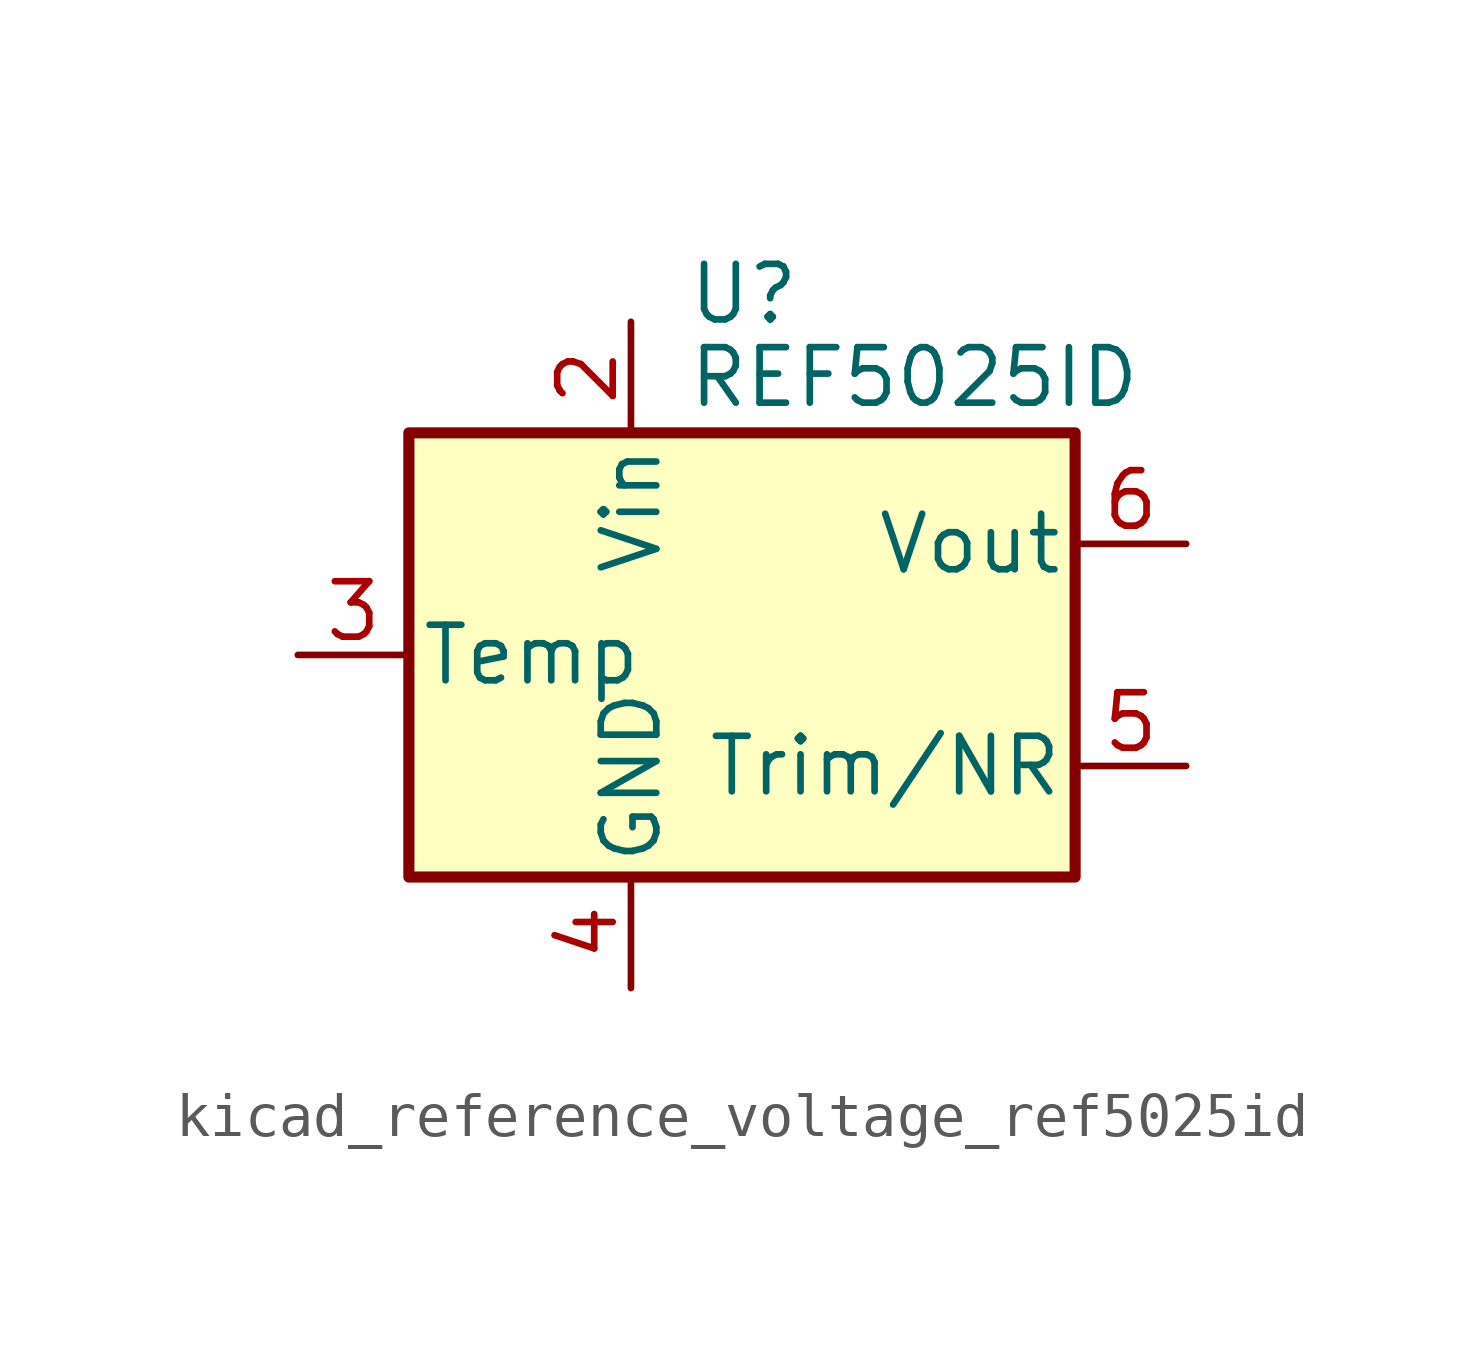
<source format=kicad_sym>
(kicad_symbol_lib
  (version 20220914)
  (generator kicad_symbol_editor)
  (symbol "kicad_reference_voltage_ref5025id"
    (pin_names
      (offset 0.254))
    (property "Reference" "U"
      (at -1.27 8.255 0)
      (effects (font (size 1.27 1.27)) (justify left)))
    (property "Value" "REF5025ID"
      (at -1.27 6.35 0)
      (effects (font (size 1.27 1.27)) (justify left)))
    (symbol "kicad_reference_voltage_ref5025id_0_1"
      (rectangle (start -7.62 5.08) (end 7.62 -5.08) (stroke (width 0.254) (type default)) (fill (type background))))
    (symbol "kicad_reference_voltage_ref5025id_1_1"
      (pin no_connect line (at -7.62 2.54 0) (length 2.54) hide (name "DNC" (effects (font (size 1.27 1.27)))) (number "1" (effects (font (size 1.27 1.27)))))
      (pin power_in line (at -2.54 7.62 270) (length 2.54) (name "Vin" (effects (font (size 1.27 1.27)))) (number "2" (effects (font (size 1.27 1.27)))))
      (pin passive line (at -10.16 0 0) (length 2.54) (name "Temp" (effects (font (size 1.27 1.27)))) (number "3" (effects (font (size 1.27 1.27)))))
      (pin power_in line (at -2.54 -7.62 90) (length 2.54) (name "GND" (effects (font (size 1.27 1.27)))) (number "4" (effects (font (size 1.27 1.27)))))
      (pin passive line (at 10.16 -2.54 180) (length 2.54) (name "Trim/NR" (effects (font (size 1.27 1.27)))) (number "5" (effects (font (size 1.27 1.27)))))
      (pin power_out line (at 10.16 2.54 180) (length 2.54) (name "Vout" (effects (font (size 1.27 1.27)))) (number "6" (effects (font (size 1.27 1.27)))))
      (pin no_connect line (at -5.08 -5.08 90) (length 2.54) hide (name "NC" (effects (font (size 1.27 1.27)))) (number "7" (effects (font (size 1.27 1.27)))))
      (pin no_connect line (at 7.62 0 180) (length 2.54) hide (name "DNC" (effects (font (size 1.27 1.27)))) (number "8" (effects (font (size 1.27 1.27))))))))
</source>
